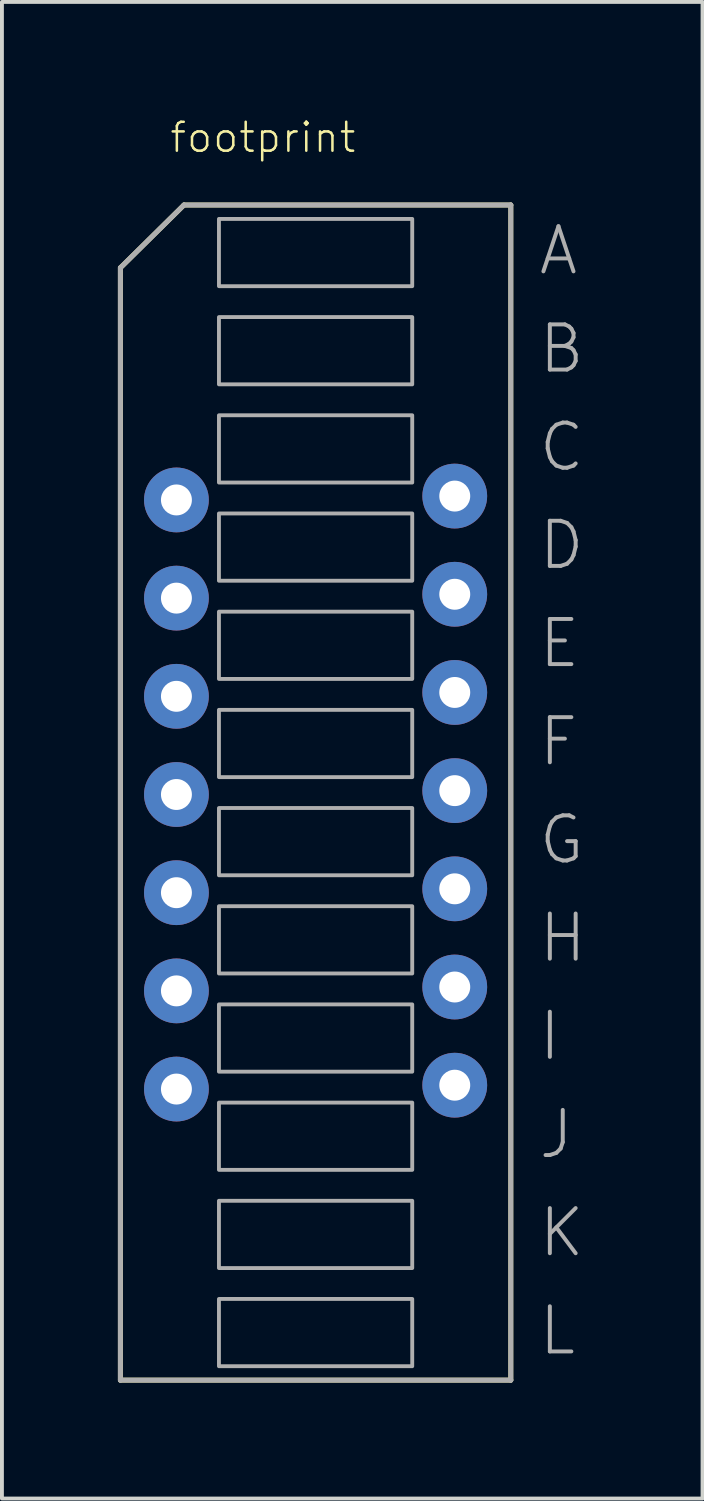
<source format=kicad_pcb>
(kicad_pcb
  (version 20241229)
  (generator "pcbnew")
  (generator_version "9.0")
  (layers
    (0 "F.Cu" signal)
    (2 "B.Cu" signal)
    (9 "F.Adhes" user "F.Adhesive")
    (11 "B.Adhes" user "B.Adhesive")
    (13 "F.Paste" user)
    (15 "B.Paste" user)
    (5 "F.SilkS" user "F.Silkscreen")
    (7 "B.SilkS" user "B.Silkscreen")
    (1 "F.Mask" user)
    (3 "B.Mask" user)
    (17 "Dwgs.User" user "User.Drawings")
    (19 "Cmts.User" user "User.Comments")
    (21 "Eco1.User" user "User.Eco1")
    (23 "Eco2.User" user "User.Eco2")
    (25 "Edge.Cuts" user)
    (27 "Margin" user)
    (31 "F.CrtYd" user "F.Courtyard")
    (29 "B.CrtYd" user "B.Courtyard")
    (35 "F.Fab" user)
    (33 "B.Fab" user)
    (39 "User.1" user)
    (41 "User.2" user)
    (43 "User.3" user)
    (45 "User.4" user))
  (footprint "footprint"
    (layer "F.Cu")
    (at 5.114 17.453)
    (property "Reference" "footprint" (at -3.81 -16.51 0) (layer "F.SilkS") (effects (font (size 0.748 0.748) (thickness 0.065)) (justify left bottom)))
    (fp_line (start -5.05 -13.575) (end -5.05 15.2) (stroke (width 0.127) (type solid)) (layer "F.SilkS"))
    (fp_line (start -5.05 15.2) (end 5.05 15.2) (stroke (width 0.127) (type solid)) (layer "F.SilkS"))
    (fp_line (start -3.405 -15.2) (end -5.05 -13.575) (stroke (width 0.127) (type solid)) (layer "F.SilkS"))
    (fp_line (start 5.05 -15.2) (end -3.405 -15.2) (stroke (width 0.127) (type solid)) (layer "F.SilkS"))
    (fp_line (start 5.05 15.2) (end 5.05 -15.2) (stroke (width 0.127) (type solid)) (layer "F.SilkS"))
    (fp_line (start -5.05 -13.575) (end -3.405 -15.2) (stroke (width 0.127) (type solid)) (layer "F.Fab"))
    (fp_line (start -5.05 15.2) (end -5.05 -13.575) (stroke (width 0.127) (type solid)) (layer "F.Fab"))
    (fp_line (start -5.05 15.2) (end 5.05 15.2) (stroke (width 0.127) (type solid)) (layer "F.Fab"))
    (fp_line (start -3.405 -15.2) (end 5.05 -15.2) (stroke (width 0.127) (type solid)) (layer "F.Fab"))
    (fp_line (start 5.05 15.2) (end 5.05 -15.2) (stroke (width 0.127) (type solid)) (layer "F.Fab"))
    (fp_poly (pts (xy -2.5 -13.1) (xy 2.5 -13.1) (xy 2.5 -14.84) (xy -2.5 -14.84)) (stroke (width 0.1) (type solid)) (fill no) (layer "F.Fab"))
    (fp_poly (pts (xy -2.5 -10.56) (xy 2.5 -10.56) (xy 2.5 -12.3) (xy -2.5 -12.3)) (stroke (width 0.1) (type solid)) (fill no) (layer "F.Fab"))
    (fp_poly (pts (xy -2.5 -8.02) (xy 2.5 -8.02) (xy 2.5 -9.76) (xy -2.5 -9.76)) (stroke (width 0.1) (type solid)) (fill no) (layer "F.Fab"))
    (fp_poly (pts (xy -2.5 -5.48) (xy 2.5 -5.48) (xy 2.5 -7.22) (xy -2.5 -7.22)) (stroke (width 0.1) (type solid)) (fill no) (layer "F.Fab"))
    (fp_poly (pts (xy -2.5 -2.94) (xy 2.5 -2.94) (xy 2.5 -4.68) (xy -2.5 -4.68)) (stroke (width 0.1) (type solid)) (fill no) (layer "F.Fab"))
    (fp_poly (pts (xy -2.5 -0.4) (xy 2.5 -0.4) (xy 2.5 -2.14) (xy -2.5 -2.14)) (stroke (width 0.1) (type solid)) (fill no) (layer "F.Fab"))
    (fp_poly (pts (xy -2.5 2.14) (xy 2.5 2.14) (xy 2.5 0.4) (xy -2.5 0.4)) (stroke (width 0.1) (type solid)) (fill no) (layer "F.Fab"))
    (fp_poly (pts (xy -2.5 4.68) (xy 2.5 4.68) (xy 2.5 2.94) (xy -2.5 2.94)) (stroke (width 0.1) (type solid)) (fill no) (layer "F.Fab"))
    (fp_poly (pts (xy -2.5 7.22) (xy 2.5 7.22) (xy 2.5 5.48) (xy -2.5 5.48)) (stroke (width 0.1) (type solid)) (fill no) (layer "F.Fab"))
    (fp_poly (pts (xy -2.5 9.76) (xy 2.5 9.76) (xy 2.5 8.02) (xy -2.5 8.02)) (stroke (width 0.1) (type solid)) (fill no) (layer "F.Fab"))
    (fp_poly (pts (xy -2.5 12.3) (xy 2.5 12.3) (xy 2.5 10.56) (xy -2.5 10.56)) (stroke (width 0.1) (type solid)) (fill no) (layer "F.Fab"))
    (fp_poly (pts (xy -2.5 14.84) (xy 2.5 14.84) (xy 2.5 13.1) (xy -2.5 13.1)) (stroke (width 0.1) (type solid)) (fill no) (layer "F.Fab"))
    (fp_text user "K" (at 5.715 12.065 0) (layer "F.Fab") (effects (font (size 1.168 1.168) (thickness 0.102)) (justify left bottom)))
    (fp_text user "E" (at 5.715 -3.175 0) (layer "F.Fab") (effects (font (size 1.168 1.168) (thickness 0.102)) (justify left bottom)))
    (fp_text user "L" (at 5.715 14.605 0) (layer "F.Fab") (effects (font (size 1.168 1.168) (thickness 0.102)) (justify left bottom)))
    (fp_text user "F" (at 5.715 -0.635 0) (layer "F.Fab") (effects (font (size 1.168 1.168) (thickness 0.102)) (justify left bottom)))
    (fp_text user "D" (at 5.715 -5.715 0) (layer "F.Fab") (effects (font (size 1.168 1.168) (thickness 0.102)) (justify left bottom)))
    (fp_text user "C" (at 5.715 -8.255 0) (layer "F.Fab") (effects (font (size 1.168 1.168) (thickness 0.102)) (justify left bottom)))
    (fp_text user "H" (at 5.715 4.445 0) (layer "F.Fab") (effects (font (size 1.168 1.168) (thickness 0.102)) (justify left bottom)))
    (fp_text user "J" (at 5.715 9.525 0) (layer "F.Fab") (effects (font (size 1.168 1.168) (thickness 0.102)) (justify left bottom)))
    (fp_text user "A" (at 5.715 -13.335 0) (layer "F.Fab") (effects (font (size 1.168 1.168) (thickness 0.102)) (justify left bottom)))
    (fp_text user "B" (at 5.715 -10.795 0) (layer "F.Fab") (effects (font (size 1.168 1.168) (thickness 0.102)) (justify left bottom)))
    (fp_text user "I" (at 5.715 6.985 0) (layer "F.Fab") (effects (font (size 1.168 1.168) (thickness 0.102)) (justify left bottom)))
    (fp_text user "G" (at 5.715 1.905 0) (layer "F.Fab") (effects (font (size 1.168 1.168) (thickness 0.102)) (justify left bottom)))
    (pad "1" thru_hole circle (at -3.6 -7.57) (size 1.676 1.676) (drill 0.8) (layers "*.Cu" "*.Mask"))
    (pad "2" thru_hole circle (at -3.6 -5.03) (size 1.676 1.676) (drill 0.8) (layers "*.Cu" "*.Mask"))
    (pad "3" thru_hole circle (at -3.6 -2.49) (size 1.676 1.676) (drill 0.8) (layers "*.Cu" "*.Mask"))
    (pad "4" thru_hole circle (at -3.6 0.05) (size 1.676 1.676) (drill 0.8) (layers "*.Cu" "*.Mask"))
    (pad "5" thru_hole circle (at -3.6 2.59) (size 1.676 1.676) (drill 0.8) (layers "*.Cu" "*.Mask"))
    (pad "6" thru_hole circle (at -3.6 5.13) (size 1.676 1.676) (drill 0.8) (layers "*.Cu" "*.Mask"))
    (pad "7" thru_hole circle (at -3.6 7.67) (size 1.676 1.676) (drill 0.8) (layers "*.Cu" "*.Mask"))
    (pad "8" thru_hole circle (at 3.6 7.57 180) (size 1.676 1.676) (drill 0.8) (layers "*.Cu" "*.Mask"))
    (pad "9" thru_hole circle (at 3.6 5.03 180) (size 1.676 1.676) (drill 0.8) (layers "*.Cu" "*.Mask"))
    (pad "10" thru_hole circle (at 3.6 2.49 180) (size 1.676 1.676) (drill 0.8) (layers "*.Cu" "*.Mask"))
    (pad "11" thru_hole circle (at 3.6 -0.05 180) (size 1.676 1.676) (drill 0.8) (layers "*.Cu" "*.Mask"))
    (pad "12" thru_hole circle (at 3.6 -2.59 180) (size 1.676 1.676) (drill 0.8) (layers "*.Cu" "*.Mask"))
    (pad "13" thru_hole circle (at 3.6 -5.13 180) (size 1.676 1.676) (drill 0.8) (layers "*.Cu" "*.Mask"))
    (pad "14" thru_hole circle (at 3.6 -7.67 180) (size 1.676 1.676) (drill 0.8) (layers "*.Cu" "*.Mask")))
  (gr_rect
    (start -3 -3)
    (end 15.124 35.716)
    (stroke (width 0.1) (type default))
    (fill no)
    (layer "Edge.Cuts")))
</source>
